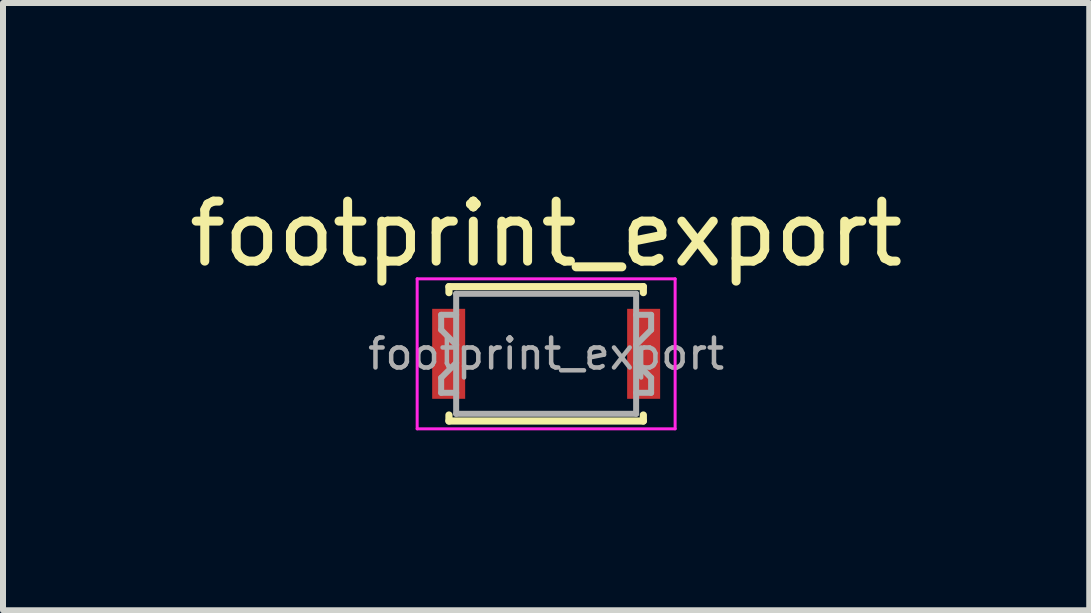
<source format=kicad_pcb>
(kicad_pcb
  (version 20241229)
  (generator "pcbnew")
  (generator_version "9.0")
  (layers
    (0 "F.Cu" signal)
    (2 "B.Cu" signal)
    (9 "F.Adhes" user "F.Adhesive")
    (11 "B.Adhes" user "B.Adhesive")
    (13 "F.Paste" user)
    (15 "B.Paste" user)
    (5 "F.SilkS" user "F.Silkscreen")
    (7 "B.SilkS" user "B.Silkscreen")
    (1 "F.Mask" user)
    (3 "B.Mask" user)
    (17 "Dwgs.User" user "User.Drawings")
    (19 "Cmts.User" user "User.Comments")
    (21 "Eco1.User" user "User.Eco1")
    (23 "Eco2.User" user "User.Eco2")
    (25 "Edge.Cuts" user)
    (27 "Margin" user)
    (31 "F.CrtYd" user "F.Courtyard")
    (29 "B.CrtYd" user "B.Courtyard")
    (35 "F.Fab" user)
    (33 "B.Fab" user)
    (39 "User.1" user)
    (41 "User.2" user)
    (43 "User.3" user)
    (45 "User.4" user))
  (footprint "footprint_export"
    (layer "F.Cu")
    (at 6.054 2.848)
    (property "Reference" "footprint_export" (at 0 -2 0) (layer "F.SilkS") (effects (font (size 1 1) (thickness 0.15))))
    (attr smd)
    (fp_line (start -1.62 -1.12) (end -1.62 -1.02) (stroke (width 0.12) (type solid)) (layer "F.SilkS"))
    (fp_line (start -1.62 -1.12) (end 1.62 -1.12) (stroke (width 0.12) (type solid)) (layer "F.SilkS"))
    (fp_line (start -1.62 1.02) (end -1.62 1.12) (stroke (width 0.12) (type solid)) (layer "F.SilkS"))
    (fp_line (start -1.62 1.12) (end 1.62 1.12) (stroke (width 0.12) (type solid)) (layer "F.SilkS"))
    (fp_line (start 1.62 -1.12) (end 1.62 -1.02) (stroke (width 0.12) (type solid)) (layer "F.SilkS"))
    (fp_line (start 1.62 1.02) (end 1.62 1.12) (stroke (width 0.12) (type solid)) (layer "F.SilkS"))
    (fp_line (start -2.15 -1.25) (end -2.15 1.25) (stroke (width 0.05) (type solid)) (layer "F.CrtYd"))
    (fp_line (start -2.15 -1.25) (end 2.15 -1.25) (stroke (width 0.05) (type solid)) (layer "F.CrtYd"))
    (fp_line (start -2.15 1.25) (end 2.15 1.25) (stroke (width 0.05) (type solid)) (layer "F.CrtYd"))
    (fp_line (start 2.15 -1.25) (end 2.15 1.25) (stroke (width 0.05) (type solid)) (layer "F.CrtYd"))
    (fp_line (start -1.75 -0.65) (end -1.75 -0.4) (stroke (width 0.1) (type solid)) (layer "F.Fab"))
    (fp_line (start -1.75 -0.4) (end -1.5 -0.15) (stroke (width 0.1) (type solid)) (layer "F.Fab"))
    (fp_line (start -1.75 0.4) (end -1.75 0.65) (stroke (width 0.1) (type solid)) (layer "F.Fab"))
    (fp_line (start -1.75 0.65) (end -1.5 0.65) (stroke (width 0.1) (type solid)) (layer "F.Fab"))
    (fp_line (start -1.5 -1) (end 1.5 -1) (stroke (width 0.1) (type solid)) (layer "F.Fab"))
    (fp_line (start -1.5 -0.65) (end -1.75 -0.65) (stroke (width 0.1) (type solid)) (layer "F.Fab"))
    (fp_line (start -1.5 0.15) (end -1.75 0.4) (stroke (width 0.1) (type solid)) (layer "F.Fab"))
    (fp_line (start -1.5 1) (end -1.5 -1) (stroke (width 0.1) (type solid)) (layer "F.Fab"))
    (fp_line (start 1.5 -1) (end 1.5 1) (stroke (width 0.1) (type solid)) (layer "F.Fab"))
    (fp_line (start 1.5 -0.65) (end 1.75 -0.65) (stroke (width 0.1) (type solid)) (layer "F.Fab"))
    (fp_line (start 1.5 0.15) (end 1.75 0.4) (stroke (width 0.1) (type solid)) (layer "F.Fab"))
    (fp_line (start 1.5 1) (end -1.5 1) (stroke (width 0.1) (type solid)) (layer "F.Fab"))
    (fp_line (start 1.75 -0.65) (end 1.75 -0.4) (stroke (width 0.1) (type solid)) (layer "F.Fab"))
    (fp_line (start 1.75 -0.4) (end 1.5 -0.15) (stroke (width 0.1) (type solid)) (layer "F.Fab"))
    (fp_line (start 1.75 0.4) (end 1.75 0.65) (stroke (width 0.1) (type solid)) (layer "F.Fab"))
    (fp_line (start 1.75 0.65) (end 1.5 0.65) (stroke (width 0.1) (type solid)) (layer "F.Fab"))
    (fp_text user "${REFERENCE}" (at 0 0 0) (layer "F.Fab") (effects (font (size 0.5 0.5) (thickness 0.075))))
    (pad "1" smd rect (at -1.625 0) (size 0.55 1.5) (layers "F.Cu" "F.Mask" "F.Paste"))
    (pad "2" smd rect (at 1.625 0) (size 0.55 1.5) (layers "F.Cu" "F.Mask" "F.Paste")))
  (gr_rect
    (start -3 -3)
    (end 15.107 7.123)
    (stroke (width 0.1) (type default))
    (fill no)
    (layer "Edge.Cuts")))
</source>
